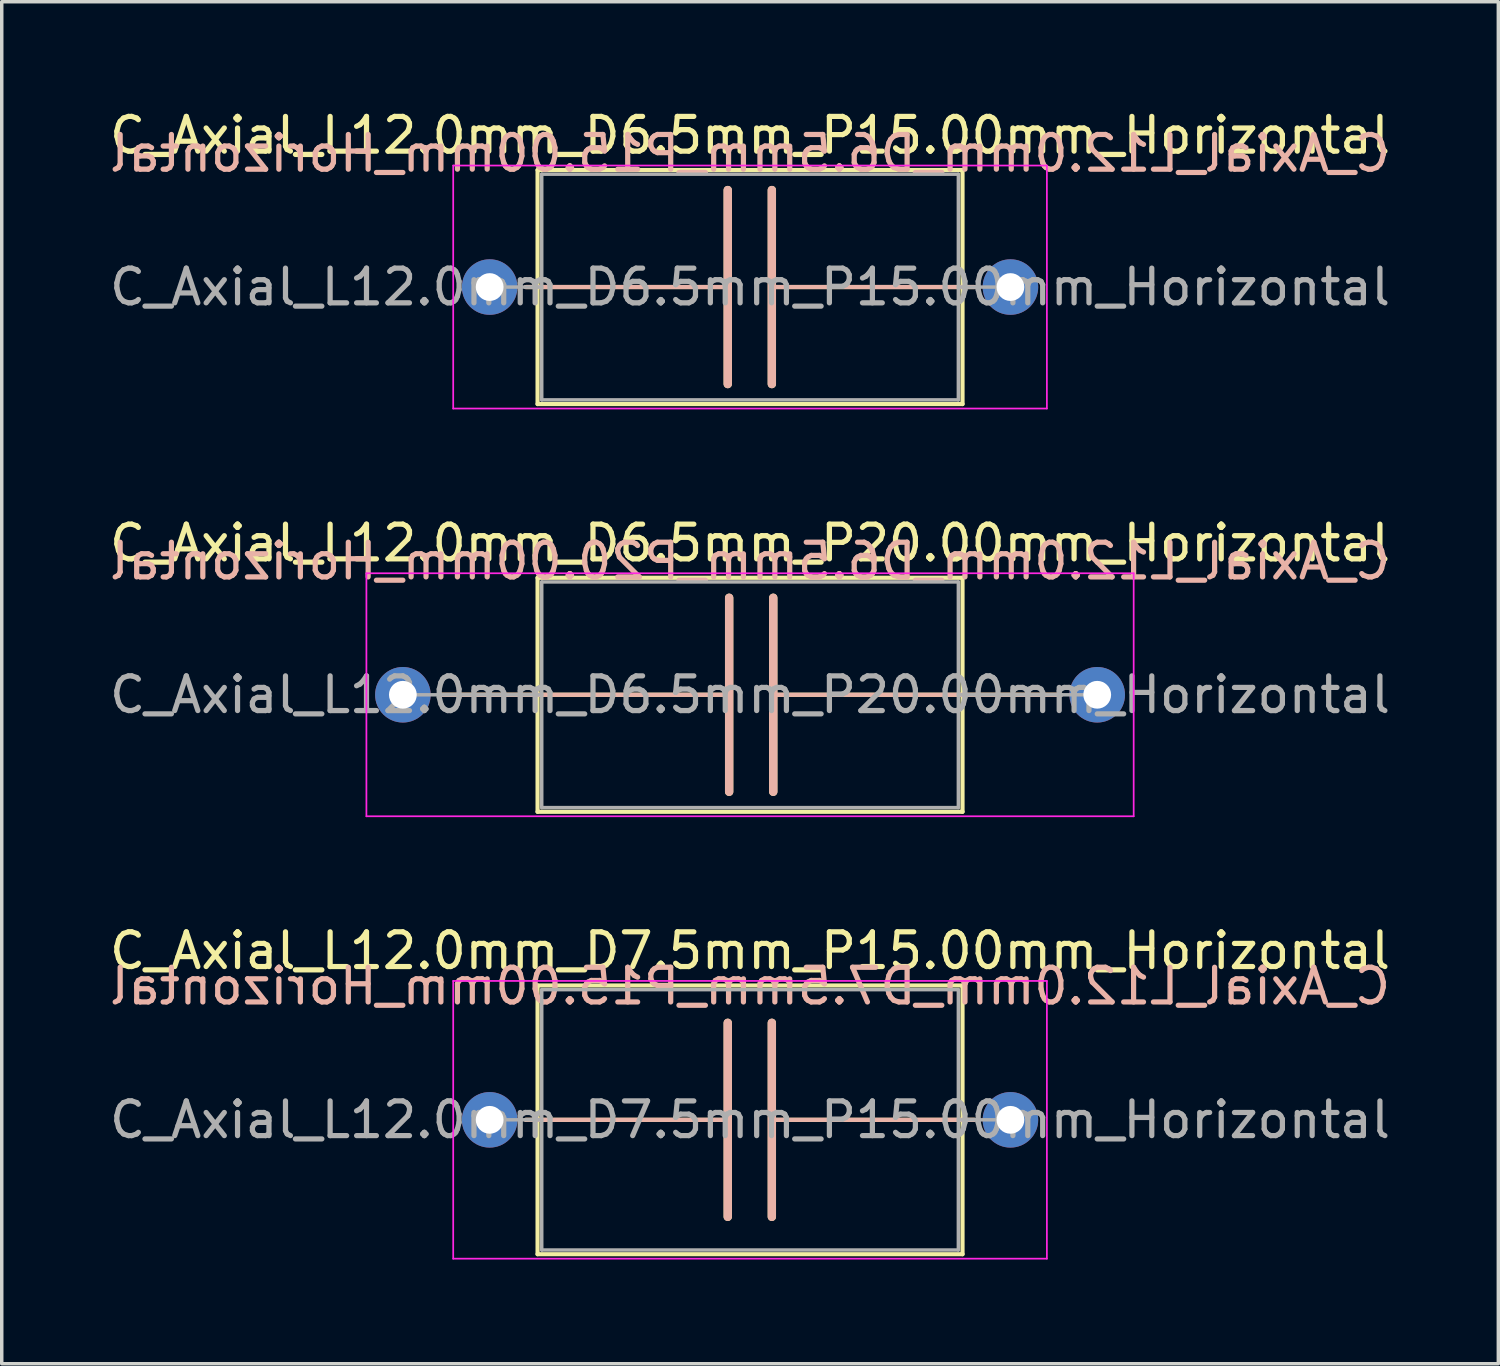
<source format=kicad_pcb>
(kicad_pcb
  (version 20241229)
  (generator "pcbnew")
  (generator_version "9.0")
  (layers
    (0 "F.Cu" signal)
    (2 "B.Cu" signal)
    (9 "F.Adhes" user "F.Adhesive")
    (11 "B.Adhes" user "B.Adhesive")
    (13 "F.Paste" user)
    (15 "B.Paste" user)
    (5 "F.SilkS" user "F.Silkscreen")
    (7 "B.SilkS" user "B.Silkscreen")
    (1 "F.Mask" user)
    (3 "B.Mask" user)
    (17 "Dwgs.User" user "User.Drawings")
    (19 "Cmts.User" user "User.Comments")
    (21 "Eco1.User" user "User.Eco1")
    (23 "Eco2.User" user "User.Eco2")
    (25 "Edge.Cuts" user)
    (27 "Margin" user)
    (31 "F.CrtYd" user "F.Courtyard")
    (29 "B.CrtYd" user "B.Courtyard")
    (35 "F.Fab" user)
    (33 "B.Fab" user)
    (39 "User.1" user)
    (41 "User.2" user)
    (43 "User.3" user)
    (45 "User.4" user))
  (footprint "C_Axial_L12.0mm_D7.5mm_P15.00mm_Horizontal"
    (layer "F.Cu")
    (at 11.054 29.205)
    (property "Reference" "C_Axial_L12.0mm_D7.5mm_P15.00mm_Horizontal" (at 7.5 -4.87 0) (layer "F.SilkS") (effects (font (size 1 1) (thickness 0.15))))
    (fp_line (start 1.04 0) (end 1.38 0) (stroke (width 0.12) (type solid)) (layer "F.SilkS"))
    (fp_line (start 1.38 -3.87) (end 1.38 3.87) (stroke (width 0.12) (type solid)) (layer "F.SilkS"))
    (fp_line (start 1.38 0) (end 6.858 0) (stroke (width 0.12) (type solid)) (layer "F.SilkS"))
    (fp_line (start 1.38 3.87) (end 13.62 3.87) (stroke (width 0.12) (type solid)) (layer "F.SilkS"))
    (fp_line (start 6.858 -2.794) (end 6.858 2.794) (stroke (width 0.24) (type solid)) (layer "F.SilkS"))
    (fp_line (start 8.128 2.794) (end 8.128 -2.794) (stroke (width 0.24) (type solid)) (layer "F.SilkS"))
    (fp_line (start 13.62 -3.87) (end 1.38 -3.87) (stroke (width 0.12) (type solid)) (layer "F.SilkS"))
    (fp_line (start 13.62 0) (end 8.128 0) (stroke (width 0.12) (type solid)) (layer "F.SilkS"))
    (fp_line (start 13.62 3.87) (end 13.62 -3.87) (stroke (width 0.12) (type solid)) (layer "F.SilkS"))
    (fp_line (start 13.96 0) (end 13.62 0) (stroke (width 0.12) (type solid)) (layer "F.SilkS"))
    (fp_line (start 1.04 0) (end 1.38 0) (stroke (width 0.12) (type solid)) (layer "B.SilkS"))
    (fp_line (start 1.38 0) (end 6.858 0) (stroke (width 0.12) (type solid)) (layer "B.SilkS"))
    (fp_line (start 6.858 2.794) (end 6.858 -2.794) (stroke (width 0.24) (type solid)) (layer "B.SilkS"))
    (fp_line (start 8.128 -2.794) (end 8.128 2.794) (stroke (width 0.24) (type solid)) (layer "B.SilkS"))
    (fp_line (start 13.62 0) (end 8.128 0) (stroke (width 0.12) (type solid)) (layer "B.SilkS"))
    (fp_line (start 13.96 0) (end 13.62 0) (stroke (width 0.12) (type solid)) (layer "B.SilkS"))
    (fp_line (start -1.05 -4) (end -1.05 4) (stroke (width 0.05) (type solid)) (layer "F.CrtYd"))
    (fp_line (start -1.05 4) (end 16.05 4) (stroke (width 0.05) (type solid)) (layer "F.CrtYd"))
    (fp_line (start 16.05 -4) (end -1.05 -4) (stroke (width 0.05) (type solid)) (layer "F.CrtYd"))
    (fp_line (start 16.05 4) (end 16.05 -4) (stroke (width 0.05) (type solid)) (layer "F.CrtYd"))
    (fp_line (start 0 0) (end 1.5 0) (stroke (width 0.1) (type solid)) (layer "F.Fab"))
    (fp_line (start 1.5 -3.75) (end 1.5 3.75) (stroke (width 0.1) (type solid)) (layer "F.Fab"))
    (fp_line (start 1.5 3.75) (end 13.5 3.75) (stroke (width 0.1) (type solid)) (layer "F.Fab"))
    (fp_line (start 13.5 -3.75) (end 1.5 -3.75) (stroke (width 0.1) (type solid)) (layer "F.Fab"))
    (fp_line (start 13.5 3.75) (end 13.5 -3.75) (stroke (width 0.1) (type solid)) (layer "F.Fab"))
    (fp_line (start 15 0) (end 13.5 0) (stroke (width 0.1) (type solid)) (layer "F.Fab"))
    (fp_text user "${REFERENCE}" (at 7.5 -3.85 0) (layer "B.SilkS") (effects (font (size 1 1) (thickness 0.15)) (justify mirror)))
    (fp_text user "${REFERENCE}" (at 7.5 0 0) (layer "F.Fab") (effects (font (size 1 1) (thickness 0.15))))
    (pad "1" thru_hole circle (at 0 0) (size 1.6 1.6) (drill 0.8) (layers "*.Cu" "*.Mask"))
    (pad "2" thru_hole oval (at 15 0) (size 1.6 1.6) (drill 0.8) (layers "*.Cu" "*.Mask")))
  (footprint "C_Axial_L12.0mm_D6.5mm_P15.00mm_Horizontal"
    (layer "F.Cu")
    (at 11.054 5.218)
    (property "Reference" "C_Axial_L12.0mm_D6.5mm_P15.00mm_Horizontal" (at 7.5 -4.37 0) (layer "F.SilkS") (effects (font (size 1 1) (thickness 0.15))))
    (fp_line (start 1.04 0) (end 1.38 0) (stroke (width 0.12) (type solid)) (layer "F.SilkS"))
    (fp_line (start 1.38 -3.37) (end 1.38 3.37) (stroke (width 0.12) (type solid)) (layer "F.SilkS"))
    (fp_line (start 1.38 0) (end 6.858 0) (stroke (width 0.12) (type solid)) (layer "F.SilkS"))
    (fp_line (start 1.38 3.37) (end 13.62 3.37) (stroke (width 0.12) (type solid)) (layer "F.SilkS"))
    (fp_line (start 6.858 -2.794) (end 6.858 2.794) (stroke (width 0.24) (type solid)) (layer "F.SilkS"))
    (fp_line (start 8.128 2.794) (end 8.128 -2.794) (stroke (width 0.24) (type solid)) (layer "F.SilkS"))
    (fp_line (start 13.62 -3.37) (end 1.38 -3.37) (stroke (width 0.12) (type solid)) (layer "F.SilkS"))
    (fp_line (start 13.62 0) (end 8.128 0) (stroke (width 0.12) (type solid)) (layer "F.SilkS"))
    (fp_line (start 13.62 3.37) (end 13.62 -3.37) (stroke (width 0.12) (type solid)) (layer "F.SilkS"))
    (fp_line (start 13.96 0) (end 13.62 0) (stroke (width 0.12) (type solid)) (layer "F.SilkS"))
    (fp_line (start 1.04 0) (end 1.38 0) (stroke (width 0.12) (type solid)) (layer "B.SilkS"))
    (fp_line (start 1.38 0) (end 6.858 0) (stroke (width 0.12) (type solid)) (layer "B.SilkS"))
    (fp_line (start 6.858 2.794) (end 6.858 -2.794) (stroke (width 0.24) (type solid)) (layer "B.SilkS"))
    (fp_line (start 8.128 -2.794) (end 8.128 2.794) (stroke (width 0.24) (type solid)) (layer "B.SilkS"))
    (fp_line (start 13.62 0) (end 8.128 0) (stroke (width 0.12) (type solid)) (layer "B.SilkS"))
    (fp_line (start 13.96 0) (end 13.62 0) (stroke (width 0.12) (type solid)) (layer "B.SilkS"))
    (fp_line (start -1.05 -3.5) (end -1.05 3.5) (stroke (width 0.05) (type solid)) (layer "F.CrtYd"))
    (fp_line (start -1.05 3.5) (end 16.05 3.5) (stroke (width 0.05) (type solid)) (layer "F.CrtYd"))
    (fp_line (start 16.05 -3.5) (end -1.05 -3.5) (stroke (width 0.05) (type solid)) (layer "F.CrtYd"))
    (fp_line (start 16.05 3.5) (end 16.05 -3.5) (stroke (width 0.05) (type solid)) (layer "F.CrtYd"))
    (fp_line (start 0 0) (end 1.5 0) (stroke (width 0.1) (type solid)) (layer "F.Fab"))
    (fp_line (start 1.5 -3.25) (end 1.5 3.25) (stroke (width 0.1) (type solid)) (layer "F.Fab"))
    (fp_line (start 1.5 3.25) (end 13.5 3.25) (stroke (width 0.1) (type solid)) (layer "F.Fab"))
    (fp_line (start 13.5 -3.25) (end 1.5 -3.25) (stroke (width 0.1) (type solid)) (layer "F.Fab"))
    (fp_line (start 13.5 3.25) (end 13.5 -3.25) (stroke (width 0.1) (type solid)) (layer "F.Fab"))
    (fp_line (start 15 0) (end 13.5 0) (stroke (width 0.1) (type solid)) (layer "F.Fab"))
    (fp_text user "${REFERENCE}" (at 7.5 -3.85 0) (layer "B.SilkS") (effects (font (size 1 1) (thickness 0.15)) (justify mirror)))
    (fp_text user "${REFERENCE}" (at 7.5 0 0) (layer "F.Fab") (effects (font (size 1 1) (thickness 0.15))))
    (pad "1" thru_hole circle (at 0 0) (size 1.6 1.6) (drill 0.8) (layers "*.Cu" "*.Mask"))
    (pad "2" thru_hole oval (at 15 0) (size 1.6 1.6) (drill 0.8) (layers "*.Cu" "*.Mask")))
  (footprint "C_Axial_L12.0mm_D6.5mm_P20.00mm_Horizontal"
    (layer "F.Cu")
    (at 8.554 16.962)
    (property "Reference" "C_Axial_L12.0mm_D6.5mm_P20.00mm_Horizontal" (at 10 -4.37 0) (layer "F.SilkS") (effects (font (size 1 1) (thickness 0.15))))
    (fp_line (start 1.04 0) (end 3.88 0) (stroke (width 0.12) (type solid)) (layer "F.SilkS"))
    (fp_line (start 3.88 -3.37) (end 3.88 3.37) (stroke (width 0.12) (type solid)) (layer "F.SilkS"))
    (fp_line (start 3.88 0) (end 9.398 0) (stroke (width 0.12) (type solid)) (layer "F.SilkS"))
    (fp_line (start 3.88 3.37) (end 16.12 3.37) (stroke (width 0.12) (type solid)) (layer "F.SilkS"))
    (fp_line (start 9.398 -2.794) (end 9.398 2.794) (stroke (width 0.24) (type solid)) (layer "F.SilkS"))
    (fp_line (start 10.668 2.794) (end 10.668 -2.794) (stroke (width 0.24) (type solid)) (layer "F.SilkS"))
    (fp_line (start 16.12 -3.37) (end 3.88 -3.37) (stroke (width 0.12) (type solid)) (layer "F.SilkS"))
    (fp_line (start 16.12 0) (end 10.668 0) (stroke (width 0.12) (type solid)) (layer "F.SilkS"))
    (fp_line (start 16.12 3.37) (end 16.12 -3.37) (stroke (width 0.12) (type solid)) (layer "F.SilkS"))
    (fp_line (start 18.96 0) (end 16.12 0) (stroke (width 0.12) (type solid)) (layer "F.SilkS"))
    (fp_line (start 1.04 0) (end 3.88 0) (stroke (width 0.12) (type solid)) (layer "B.SilkS"))
    (fp_line (start 3.88 0) (end 9.398 0) (stroke (width 0.12) (type solid)) (layer "B.SilkS"))
    (fp_line (start 9.398 2.794) (end 9.398 -2.794) (stroke (width 0.24) (type solid)) (layer "B.SilkS"))
    (fp_line (start 10.668 -2.794) (end 10.668 2.794) (stroke (width 0.24) (type solid)) (layer "B.SilkS"))
    (fp_line (start 16.12 0) (end 10.668 0) (stroke (width 0.12) (type solid)) (layer "B.SilkS"))
    (fp_line (start 18.96 0) (end 16.12 0) (stroke (width 0.12) (type solid)) (layer "B.SilkS"))
    (fp_line (start -1.05 -3.5) (end -1.05 3.5) (stroke (width 0.05) (type solid)) (layer "F.CrtYd"))
    (fp_line (start -1.05 3.5) (end 21.05 3.5) (stroke (width 0.05) (type solid)) (layer "F.CrtYd"))
    (fp_line (start 21.05 -3.5) (end -1.05 -3.5) (stroke (width 0.05) (type solid)) (layer "F.CrtYd"))
    (fp_line (start 21.05 3.5) (end 21.05 -3.5) (stroke (width 0.05) (type solid)) (layer "F.CrtYd"))
    (fp_line (start 0 0) (end 4 0) (stroke (width 0.1) (type solid)) (layer "F.Fab"))
    (fp_line (start 4 -3.25) (end 4 3.25) (stroke (width 0.1) (type solid)) (layer "F.Fab"))
    (fp_line (start 4 3.25) (end 16 3.25) (stroke (width 0.1) (type solid)) (layer "F.Fab"))
    (fp_line (start 16 -3.25) (end 4 -3.25) (stroke (width 0.1) (type solid)) (layer "F.Fab"))
    (fp_line (start 16 3.25) (end 16 -3.25) (stroke (width 0.1) (type solid)) (layer "F.Fab"))
    (fp_line (start 20 0) (end 16 0) (stroke (width 0.1) (type solid)) (layer "F.Fab"))
    (fp_text user "${REFERENCE}" (at 10 -3.85 0) (layer "B.SilkS") (effects (font (size 1 1) (thickness 0.15)) (justify mirror)))
    (fp_text user "${REFERENCE}" (at 10 0 0) (layer "F.Fab") (effects (font (size 1 1) (thickness 0.15))))
    (pad "1" thru_hole circle (at 0 0) (size 1.6 1.6) (drill 0.8) (layers "*.Cu" "*.Mask"))
    (pad "2" thru_hole oval (at 20 0) (size 1.6 1.6) (drill 0.8) (layers "*.Cu" "*.Mask")))
  (gr_rect
    (start -3 -3)
    (end 40.107 36.23)
    (stroke (width 0.1) (type default))
    (fill no)
    (layer "Edge.Cuts")))
</source>
